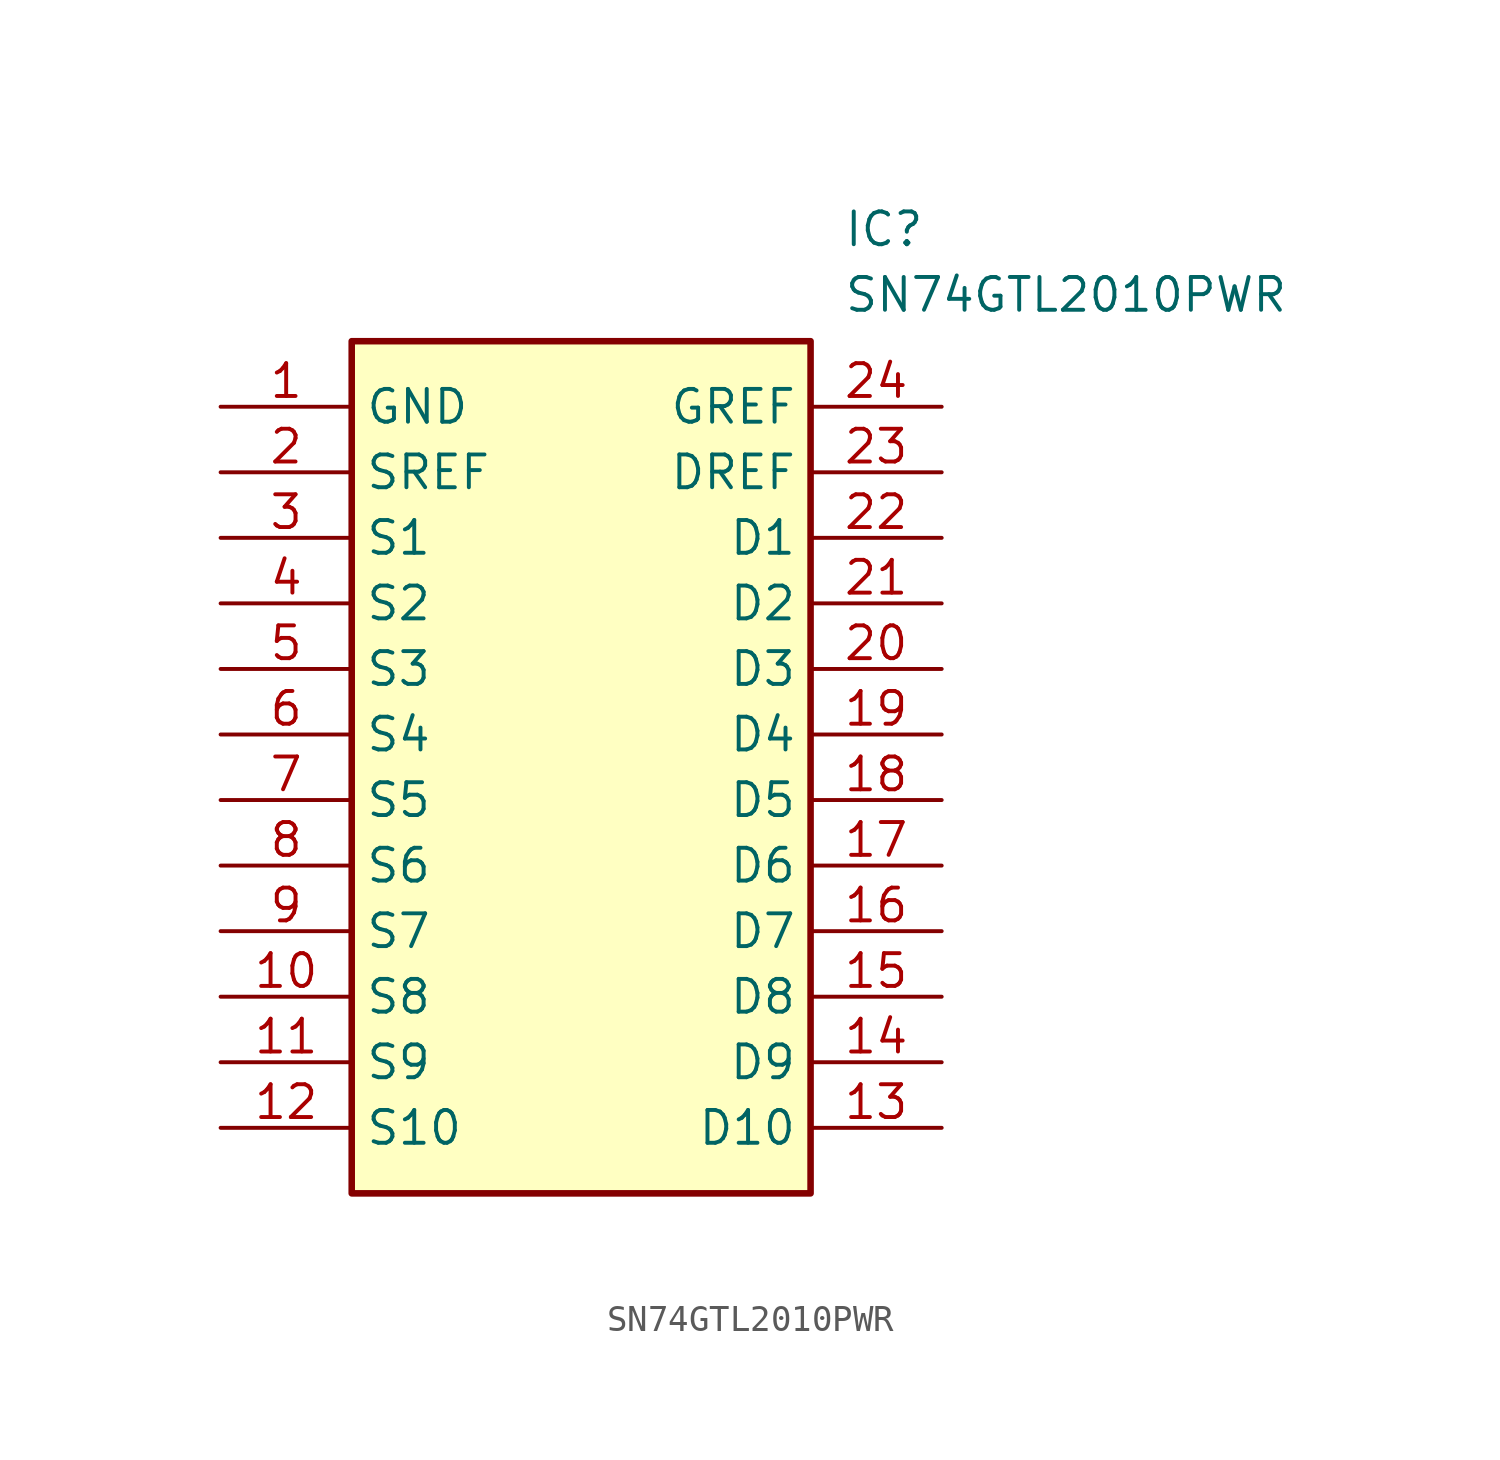
<source format=kicad_sym>
(kicad_symbol_lib
  (version 20211014)
  (generator SamacSys_ECAD_Model)
  (symbol "SN74GTL2010PWR"
    (property "Reference" "IC"
      (at 24.13 7.62 0)
      (effects (font (size 1.27 1.27)) (justify left top)))
    (property "Value" "SN74GTL2010PWR"
      (at 24.13 5.08 0)
      (effects (font (size 1.27 1.27)) (justify left top)))
    (rectangle
      (start 5.08 2.54)
      (end 22.86 -30.48)
      (stroke (width 0.254) (type default))
      (fill (type background)))
    (pin passive line
      (at 0 0 0)
      (length 5.08)
      (name "GND" (effects (font (size 1.27 1.27))))
      (number "1" (effects (font (size 1.27 1.27)))))
    (pin passive line
      (at 0 -2.54 0)
      (length 5.08)
      (name "SREF" (effects (font (size 1.27 1.27))))
      (number "2" (effects (font (size 1.27 1.27)))))
    (pin passive line
      (at 0 -5.08 0)
      (length 5.08)
      (name "S1" (effects (font (size 1.27 1.27))))
      (number "3" (effects (font (size 1.27 1.27)))))
    (pin passive line
      (at 0 -7.62 0)
      (length 5.08)
      (name "S2" (effects (font (size 1.27 1.27))))
      (number "4" (effects (font (size 1.27 1.27)))))
    (pin passive line
      (at 0 -10.16 0)
      (length 5.08)
      (name "S3" (effects (font (size 1.27 1.27))))
      (number "5" (effects (font (size 1.27 1.27)))))
    (pin passive line
      (at 0 -12.7 0)
      (length 5.08)
      (name "S4" (effects (font (size 1.27 1.27))))
      (number "6" (effects (font (size 1.27 1.27)))))
    (pin passive line
      (at 0 -15.24 0)
      (length 5.08)
      (name "S5" (effects (font (size 1.27 1.27))))
      (number "7" (effects (font (size 1.27 1.27)))))
    (pin passive line
      (at 0 -17.78 0)
      (length 5.08)
      (name "S6" (effects (font (size 1.27 1.27))))
      (number "8" (effects (font (size 1.27 1.27)))))
    (pin passive line
      (at 0 -20.32 0)
      (length 5.08)
      (name "S7" (effects (font (size 1.27 1.27))))
      (number "9" (effects (font (size 1.27 1.27)))))
    (pin passive line
      (at 0 -22.86 0)
      (length 5.08)
      (name "S8" (effects (font (size 1.27 1.27))))
      (number "10" (effects (font (size 1.27 1.27)))))
    (pin passive line
      (at 0 -25.4 0)
      (length 5.08)
      (name "S9" (effects (font (size 1.27 1.27))))
      (number "11" (effects (font (size 1.27 1.27)))))
    (pin passive line
      (at 0 -27.94 0)
      (length 5.08)
      (name "S10" (effects (font (size 1.27 1.27))))
      (number "12" (effects (font (size 1.27 1.27)))))
    (pin passive line
      (at 27.94 0 180)
      (length 5.08)
      (name "GREF" (effects (font (size 1.27 1.27))))
      (number "24" (effects (font (size 1.27 1.27)))))
    (pin passive line
      (at 27.94 -2.54 180)
      (length 5.08)
      (name "DREF" (effects (font (size 1.27 1.27))))
      (number "23" (effects (font (size 1.27 1.27)))))
    (pin passive line
      (at 27.94 -5.08 180)
      (length 5.08)
      (name "D1" (effects (font (size 1.27 1.27))))
      (number "22" (effects (font (size 1.27 1.27)))))
    (pin passive line
      (at 27.94 -7.62 180)
      (length 5.08)
      (name "D2" (effects (font (size 1.27 1.27))))
      (number "21" (effects (font (size 1.27 1.27)))))
    (pin passive line
      (at 27.94 -10.16 180)
      (length 5.08)
      (name "D3" (effects (font (size 1.27 1.27))))
      (number "20" (effects (font (size 1.27 1.27)))))
    (pin passive line
      (at 27.94 -12.7 180)
      (length 5.08)
      (name "D4" (effects (font (size 1.27 1.27))))
      (number "19" (effects (font (size 1.27 1.27)))))
    (pin passive line
      (at 27.94 -15.24 180)
      (length 5.08)
      (name "D5" (effects (font (size 1.27 1.27))))
      (number "18" (effects (font (size 1.27 1.27)))))
    (pin passive line
      (at 27.94 -17.78 180)
      (length 5.08)
      (name "D6" (effects (font (size 1.27 1.27))))
      (number "17" (effects (font (size 1.27 1.27)))))
    (pin passive line
      (at 27.94 -20.32 180)
      (length 5.08)
      (name "D7" (effects (font (size 1.27 1.27))))
      (number "16" (effects (font (size 1.27 1.27)))))
    (pin passive line
      (at 27.94 -22.86 180)
      (length 5.08)
      (name "D8" (effects (font (size 1.27 1.27))))
      (number "15" (effects (font (size 1.27 1.27)))))
    (pin passive line
      (at 27.94 -25.4 180)
      (length 5.08)
      (name "D9" (effects (font (size 1.27 1.27))))
      (number "14" (effects (font (size 1.27 1.27)))))
    (pin passive line
      (at 27.94 -27.94 180)
      (length 5.08)
      (name "D10" (effects (font (size 1.27 1.27))))
      (number "13" (effects (font (size 1.27 1.27)))))))
</source>
